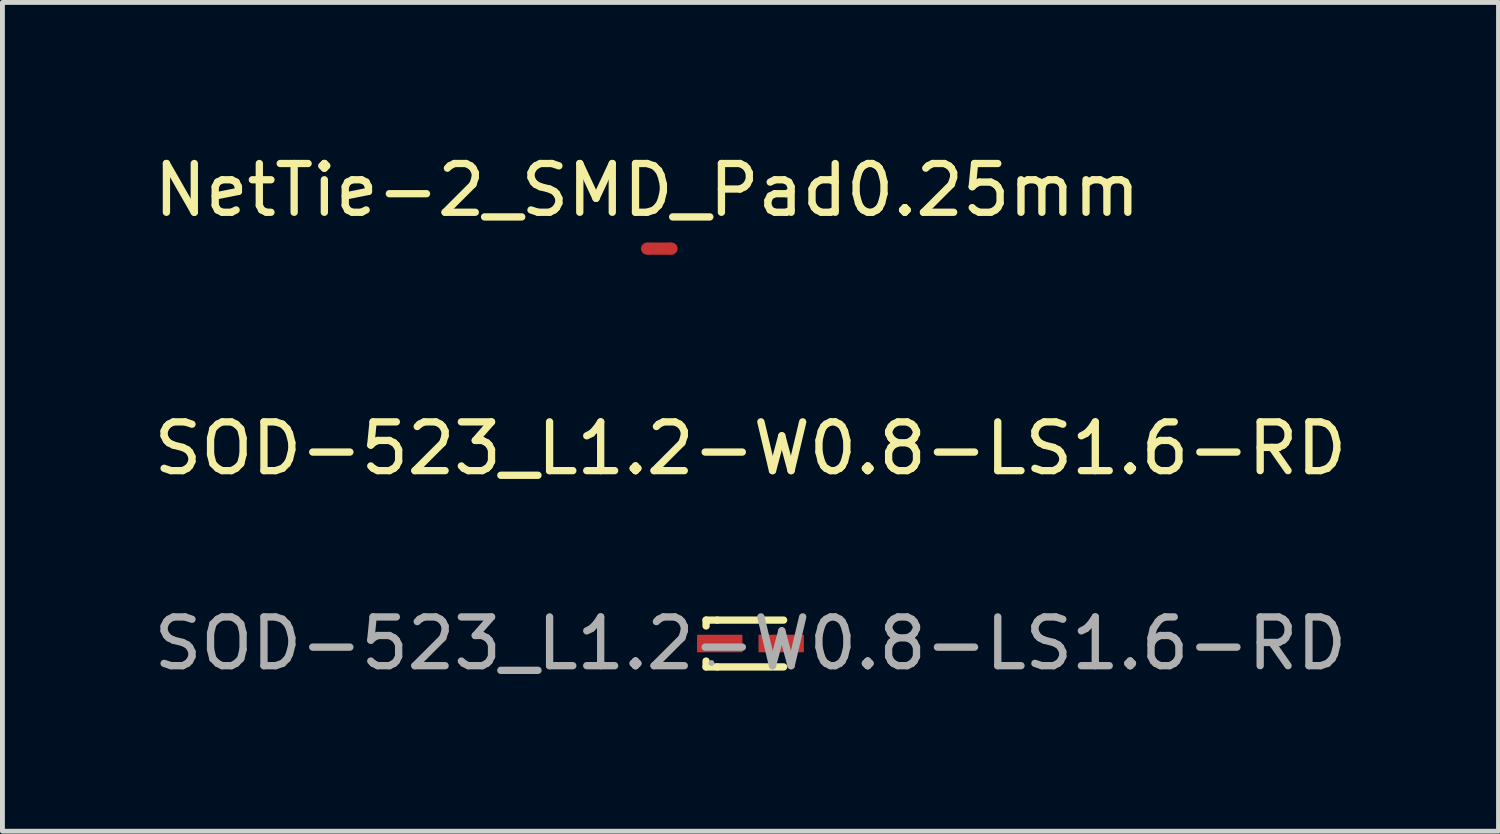
<source format=kicad_pcb>
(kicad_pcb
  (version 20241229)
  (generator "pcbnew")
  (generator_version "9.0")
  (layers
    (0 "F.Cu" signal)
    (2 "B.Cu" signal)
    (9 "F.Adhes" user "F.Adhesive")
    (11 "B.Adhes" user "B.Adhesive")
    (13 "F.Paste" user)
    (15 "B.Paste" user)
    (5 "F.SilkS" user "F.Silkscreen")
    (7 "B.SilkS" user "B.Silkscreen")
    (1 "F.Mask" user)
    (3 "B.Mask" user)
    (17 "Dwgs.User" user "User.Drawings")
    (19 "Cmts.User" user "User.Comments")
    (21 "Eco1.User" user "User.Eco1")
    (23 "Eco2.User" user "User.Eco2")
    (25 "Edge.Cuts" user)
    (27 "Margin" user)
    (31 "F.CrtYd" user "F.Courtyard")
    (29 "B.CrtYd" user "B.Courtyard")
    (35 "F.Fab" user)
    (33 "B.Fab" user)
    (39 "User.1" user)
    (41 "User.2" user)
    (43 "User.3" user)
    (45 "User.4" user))
  (footprint "NetTie-2_SMD_Pad0.25mm"
    (layer "F.Cu")
    (at 10.22 2.048)
    (property "Reference" "NetTie-2_SMD_Pad0.25mm" (at 0 -1.2 0) (layer "F.SilkS") (effects (font (size 1 1) (thickness 0.15))))
    (attr exclude_from_pos_files exclude_from_bom)
    (fp_poly (pts (xy 0 -0.125) (xy 0.5 -0.125) (xy 0.5 0.125) (xy 0 0.125)) (stroke (width 0) (type solid)) (fill yes) (layer "F.Cu"))
    (pad "1" smd circle (at 0 0) (size 0.25 0.25) (layers "F.Cu"))
    (pad "2" smd circle (at 0.5 0) (size 0.25 0.25) (layers "F.Cu")))
  (footprint "SOD-523_L1.2-W0.8-LS1.6-RD"
    (layer "F.Cu")
    (at 12.339 10.146)
    (property "Reference" "SOD-523_L1.2-W0.8-LS1.6-RD" (at 0 -4 0) (layer "F.SilkS") (effects (font (size 1 1) (thickness 0.15))))
    (attr smd)
    (fp_line (start -0.91 -0.48) (end -0.91 -0.36) (stroke (width 0.15) (type solid)) (layer "F.SilkS"))
    (fp_line (start -0.91 0.36) (end -0.91 0.48) (stroke (width 0.15) (type solid)) (layer "F.SilkS"))
    (fp_line (start -0.91 0.48) (end -0.68 0.48) (stroke (width 0.15) (type solid)) (layer "F.SilkS"))
    (fp_line (start -0.68 -0.48) (end -0.91 -0.48) (stroke (width 0.15) (type solid)) (layer "F.SilkS"))
    (fp_line (start -0.68 -0.48) (end 0.68 -0.48) (stroke (width 0.15) (type solid)) (layer "F.SilkS"))
    (fp_line (start -0.68 0.48) (end 0.68 0.48) (stroke (width 0.15) (type solid)) (layer "F.SilkS"))
    (fp_circle (center -0.8 0.4) (end -0.77 0.4) (stroke (width 0.06) (type solid)) (fill no) (layer "F.Fab"))
    (fp_text user "${REFERENCE}" (at 0 0 0) (layer "F.Fab") (effects (font (size 1 1) (thickness 0.15))))
    (pad "1" smd rect (at -0.63 0 180) (size 0.93 0.36) (layers "F.Cu" "F.Mask" "F.Paste"))
    (pad "2" smd rect (at 0.63 0 180) (size 0.93 0.36) (layers "F.Cu" "F.Mask" "F.Paste")))
  (gr_rect
    (start -3 -3)
    (end 27.679 13.995)
    (stroke (width 0.1) (type default))
    (fill no)
    (layer "Edge.Cuts")))
</source>
